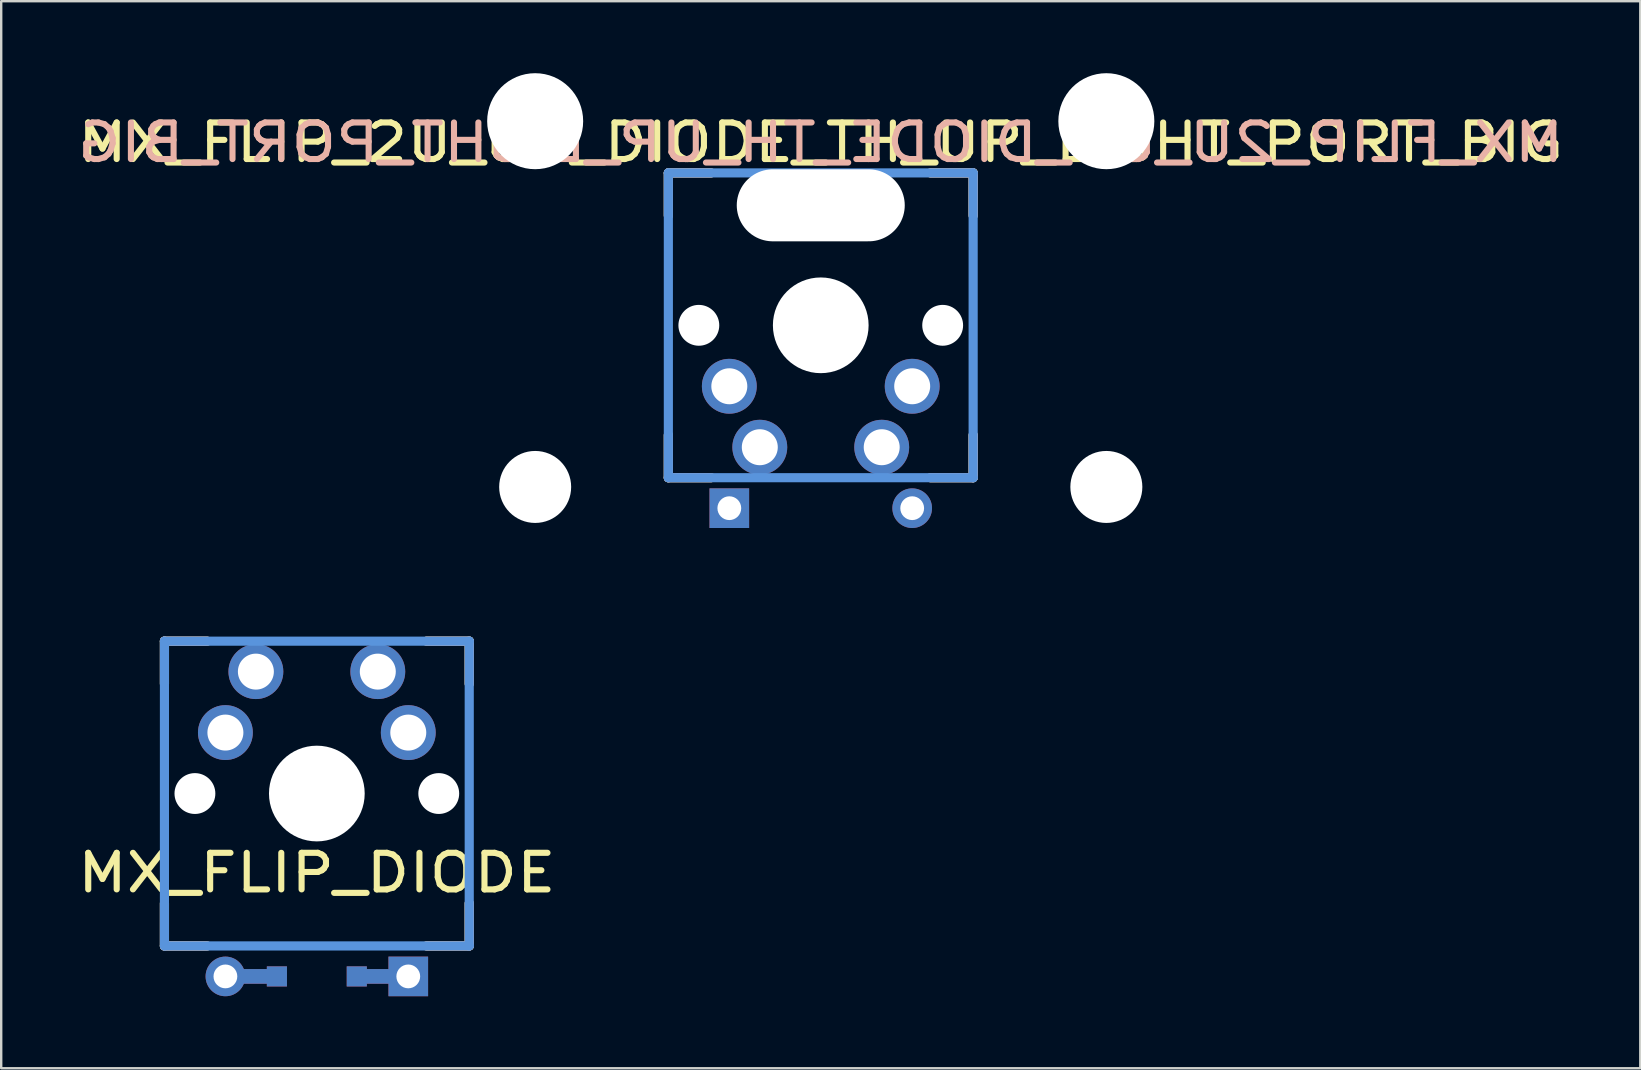
<source format=kicad_pcb>
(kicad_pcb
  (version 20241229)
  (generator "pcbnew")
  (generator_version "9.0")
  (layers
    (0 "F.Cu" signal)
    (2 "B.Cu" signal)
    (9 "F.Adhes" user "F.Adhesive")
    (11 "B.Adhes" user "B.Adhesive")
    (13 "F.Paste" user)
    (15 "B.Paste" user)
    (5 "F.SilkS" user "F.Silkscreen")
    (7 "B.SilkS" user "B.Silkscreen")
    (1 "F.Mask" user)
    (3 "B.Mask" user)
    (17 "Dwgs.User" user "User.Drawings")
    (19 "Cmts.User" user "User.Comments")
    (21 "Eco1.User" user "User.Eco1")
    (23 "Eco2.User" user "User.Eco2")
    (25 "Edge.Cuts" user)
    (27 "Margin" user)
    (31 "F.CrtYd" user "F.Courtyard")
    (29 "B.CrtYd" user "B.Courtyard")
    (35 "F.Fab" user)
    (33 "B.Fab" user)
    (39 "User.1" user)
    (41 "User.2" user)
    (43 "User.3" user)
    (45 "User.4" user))
  (footprint "MX_FLIP_2U_UP_DIODE_TH_UP_LIGHT_PORT_BIG"
    (layer "F.Cu")
    (at 31.149 10.505)
    (property "Reference" "MX_FLIP_2U_UP_DIODE_TH_UP_LIGHT_PORT_BIG" (at 0 -7.62 180) (layer "F.SilkS") (effects (font (size 1.524 1.778) (thickness 0.254))))
    (attr through_hole)
    (fp_line (start -6.35 -4.572) (end -6.35 -6.35) (stroke (width 0.381) (type solid)) (layer "F.SilkS"))
    (fp_line (start -6.35 6.35) (end -6.35 4.572) (stroke (width 0.381) (type solid)) (layer "F.SilkS"))
    (fp_line (start -6.35 -6.35) (end -4.572 -6.35) (stroke (width 0.381) (type solid)) (layer "F.SilkS"))
    (fp_line (start -4.572 6.35) (end -6.35 6.35) (stroke (width 0.381) (type solid)) (layer "F.SilkS"))
    (fp_line (start 4.572 -6.35) (end 6.35 -6.35) (stroke (width 0.381) (type solid)) (layer "F.SilkS"))
    (fp_line (start 6.35 6.35) (end 4.572 6.35) (stroke (width 0.381) (type solid)) (layer "F.SilkS"))
    (fp_line (start 6.35 -6.35) (end 6.35 -4.572) (stroke (width 0.381) (type solid)) (layer "F.SilkS"))
    (fp_line (start 6.35 4.572) (end 6.35 6.35) (stroke (width 0.381) (type solid)) (layer "F.SilkS"))
    (fp_line (start -6.35 -4.572) (end -6.35 -6.35) (stroke (width 0.381) (type solid)) (layer "B.SilkS"))
    (fp_line (start -6.35 6.35) (end -6.35 4.572) (stroke (width 0.381) (type solid)) (layer "B.SilkS"))
    (fp_line (start -6.35 -6.35) (end -4.572 -6.35) (stroke (width 0.381) (type solid)) (layer "B.SilkS"))
    (fp_line (start -4.572 6.35) (end -6.35 6.35) (stroke (width 0.381) (type solid)) (layer "B.SilkS"))
    (fp_line (start 4.572 -6.35) (end 6.35 -6.35) (stroke (width 0.381) (type solid)) (layer "B.SilkS"))
    (fp_line (start 6.35 6.35) (end 4.572 6.35) (stroke (width 0.381) (type solid)) (layer "B.SilkS"))
    (fp_line (start 6.35 -6.35) (end 6.35 -4.572) (stroke (width 0.381) (type solid)) (layer "B.SilkS"))
    (fp_line (start 6.35 4.572) (end 6.35 6.35) (stroke (width 0.381) (type solid)) (layer "B.SilkS"))
    (fp_line (start -6.35 6.35) (end -6.35 -6.35) (stroke (width 0.381) (type solid)) (layer "Cmts.User"))
    (fp_line (start -6.35 -6.35) (end 6.35 -6.35) (stroke (width 0.381) (type solid)) (layer "Cmts.User"))
    (fp_line (start 6.35 6.35) (end -6.35 6.35) (stroke (width 0.381) (type solid)) (layer "Cmts.User"))
    (fp_line (start 6.35 -6.35) (end 6.35 6.35) (stroke (width 0.381) (type solid)) (layer "Cmts.User"))
    (fp_line (start -9.5 9.5) (end -9.5 -9.5) (stroke (width 0.025) (type solid)) (layer "Eco2.User"))
    (fp_line (start -9.5 -9.5) (end 9.5 -9.5) (stroke (width 0.025) (type solid)) (layer "Eco2.User"))
    (fp_line (start -7 -7) (end 7 -7) (stroke (width 0.025) (type solid)) (layer "Eco2.User"))
    (fp_line (start -7 7) (end -7 -7) (stroke (width 0.025) (type solid)) (layer "Eco2.User"))
    (fp_line (start 7 7) (end -7 7) (stroke (width 0.025) (type solid)) (layer "Eco2.User"))
    (fp_line (start 7 7) (end 7 -7) (stroke (width 0.025) (type solid)) (layer "Eco2.User"))
    (fp_line (start 9.5 9.5) (end -9.5 9.5) (stroke (width 0.025) (type solid)) (layer "Eco2.User"))
    (fp_line (start 9.5 -9.5) (end 9.5 9.5) (stroke (width 0.025) (type solid)) (layer "Eco2.User"))
    (fp_text user "${REFERENCE}" (at 0 -7.62 0) (layer "B.SilkS") (effects (font (size 1.524 1.778) (thickness 0.254)) (justify mirror)))
    (pad "" np_thru_hole circle (at -11.9 -8.505) (size 4 4) (drill 4) (layers "*.Cu" "*.Mask"))
    (pad "" np_thru_hole circle (at -11.9 6.735) (size 3 3) (drill 3) (layers "*.Cu" "*.Mask"))
    (pad "" np_thru_hole circle (at -5.08 0 180) (size 1.702 1.702) (drill 1.702) (layers "*.Cu" "*.Mask"))
    (pad "" np_thru_hole oval (at 0 -5 180) (size 7 3) (drill oval 7 3) (layers "*.Cu" "*.Mask"))
    (pad "" np_thru_hole circle (at 0 0 180) (size 3.988 3.988) (drill 3.988) (layers "*.Cu" "*.Mask"))
    (pad "" np_thru_hole circle (at 5.08 0 180) (size 1.702 1.702) (drill 1.702) (layers "*.Cu" "*.Mask"))
    (pad "" np_thru_hole circle (at 11.9 -8.505) (size 4 4) (drill 4) (layers "*.Cu" "*.Mask"))
    (pad "" np_thru_hole circle (at 11.9 6.735) (size 3 3) (drill 3) (layers "*.Cu" "*.Mask"))
    (pad "1" thru_hole circle (at -3.81 2.54 180) (size 2.286 2.286) (drill 1.499) (layers "*.Cu" "*.Mask"))
    (pad "1" thru_hole circle (at -2.54 5.08 180) (size 2.286 2.286) (drill 1.499) (layers "*.Cu" "*.Mask"))
    (pad "2" thru_hole circle (at 2.54 5.08 180) (size 2.286 2.286) (drill 1.499) (layers "*.Cu" "*.Mask"))
    (pad "2" thru_hole circle (at 3.81 2.54 180) (size 2.286 2.286) (drill 1.499) (layers "*.Cu" "*.Mask"))
    (pad "3" thru_hole circle (at 3.81 7.62 180) (size 1.651 1.651) (drill 0.991) (layers "*.Cu" "*.Mask"))
    (pad "4" thru_hole rect (at -3.81 7.62 180) (size 1.651 1.651) (drill 0.991) (layers "*.Cu" "*.Mask")))
  (footprint "MX_FLIP_DIODE"
    (layer "F.Cu")
    (at 10.152 30.015)
    (property "Reference" "MX_FLIP_DIODE" (at 0 3.302 0) (layer "F.SilkS") (effects (font (size 1.524 1.778) (thickness 0.254))))
    (attr through_hole)
    (fp_line (start -3.81 7.62) (end -1.664 7.62) (stroke (width 0.61) (type solid)) (layer "F.Cu"))
    (fp_line (start 1.664 7.62) (end 3.81 7.62) (stroke (width 0.61) (type solid)) (layer "F.Cu"))
    (fp_line (start -3.81 7.62) (end -1.664 7.62) (stroke (width 0.61) (type solid)) (layer "B.Cu"))
    (fp_line (start 1.664 7.62) (end 3.81 7.62) (stroke (width 0.61) (type solid)) (layer "B.Cu"))
    (fp_line (start -6.35 -6.35) (end -4.572 -6.35) (stroke (width 0.381) (type solid)) (layer "F.SilkS"))
    (fp_line (start -6.35 -4.572) (end -6.35 -6.35) (stroke (width 0.381) (type solid)) (layer "F.SilkS"))
    (fp_line (start -6.35 6.35) (end -6.35 4.572) (stroke (width 0.381) (type solid)) (layer "F.SilkS"))
    (fp_line (start -4.572 6.35) (end -6.35 6.35) (stroke (width 0.381) (type solid)) (layer "F.SilkS"))
    (fp_line (start 4.572 -6.35) (end 6.35 -6.35) (stroke (width 0.381) (type solid)) (layer "F.SilkS"))
    (fp_line (start 6.35 -6.35) (end 6.35 -4.572) (stroke (width 0.381) (type solid)) (layer "F.SilkS"))
    (fp_line (start 6.35 4.572) (end 6.35 6.35) (stroke (width 0.381) (type solid)) (layer "F.SilkS"))
    (fp_line (start 6.35 6.35) (end 4.572 6.35) (stroke (width 0.381) (type solid)) (layer "F.SilkS"))
    (fp_line (start -6.35 -6.35) (end -4.572 -6.35) (stroke (width 0.381) (type solid)) (layer "B.SilkS"))
    (fp_line (start -6.35 -4.572) (end -6.35 -6.35) (stroke (width 0.381) (type solid)) (layer "B.SilkS"))
    (fp_line (start -6.35 6.35) (end -6.35 4.572) (stroke (width 0.381) (type solid)) (layer "B.SilkS"))
    (fp_line (start -4.572 6.35) (end -6.35 6.35) (stroke (width 0.381) (type solid)) (layer "B.SilkS"))
    (fp_line (start 4.572 -6.35) (end 6.35 -6.35) (stroke (width 0.381) (type solid)) (layer "B.SilkS"))
    (fp_line (start 6.35 -6.35) (end 6.35 -4.572) (stroke (width 0.381) (type solid)) (layer "B.SilkS"))
    (fp_line (start 6.35 4.572) (end 6.35 6.35) (stroke (width 0.381) (type solid)) (layer "B.SilkS"))
    (fp_line (start 6.35 6.35) (end 4.572 6.35) (stroke (width 0.381) (type solid)) (layer "B.SilkS"))
    (fp_line (start -6.35 -6.35) (end 6.35 -6.35) (stroke (width 0.381) (type solid)) (layer "Cmts.User"))
    (fp_line (start -6.35 6.35) (end -6.35 -6.35) (stroke (width 0.381) (type solid)) (layer "Cmts.User"))
    (fp_line (start 6.35 -6.35) (end 6.35 6.35) (stroke (width 0.381) (type solid)) (layer "Cmts.User"))
    (fp_line (start 6.35 6.35) (end -6.35 6.35) (stroke (width 0.381) (type solid)) (layer "Cmts.User"))
    (fp_line (start -7.798 -6.005) (end -6.985 -6.005) (stroke (width 0.152) (type solid)) (layer "Eco2.User"))
    (fp_line (start -7.798 -2.504) (end -7.798 -6.005) (stroke (width 0.152) (type solid)) (layer "Eco2.User"))
    (fp_line (start -7.798 2.504) (end -6.985 2.504) (stroke (width 0.152) (type solid)) (layer "Eco2.User"))
    (fp_line (start -7.798 6.005) (end -7.798 2.504) (stroke (width 0.152) (type solid)) (layer "Eco2.User"))
    (fp_line (start -6.985 -6.985) (end 6.985 -6.985) (stroke (width 0.025) (type solid)) (layer "Eco2.User"))
    (fp_line (start -6.985 -6.005) (end -6.985 -6.985) (stroke (width 0.025) (type solid)) (layer "Eco2.User"))
    (fp_line (start -6.985 -2.504) (end -7.798 -2.504) (stroke (width 0.152) (type solid)) (layer "Eco2.User"))
    (fp_line (start -6.985 2.504) (end -6.985 -2.504) (stroke (width 0.152) (type solid)) (layer "Eco2.User"))
    (fp_line (start -6.985 6.005) (end -7.798 6.005) (stroke (width 0.152) (type solid)) (layer "Eco2.User"))
    (fp_line (start -6.985 6.985) (end -6.985 6.005) (stroke (width 0.025) (type solid)) (layer "Eco2.User"))
    (fp_line (start 6.985 -6.985) (end 6.985 -6.005) (stroke (width 0.025) (type solid)) (layer "Eco2.User"))
    (fp_line (start 6.985 -6.005) (end 7.798 -6.005) (stroke (width 0.152) (type solid)) (layer "Eco2.User"))
    (fp_line (start 6.985 -2.504) (end 6.985 2.504) (stroke (width 0.152) (type solid)) (layer "Eco2.User"))
    (fp_line (start 6.985 2.504) (end 7.798 2.504) (stroke (width 0.152) (type solid)) (layer "Eco2.User"))
    (fp_line (start 6.985 6.005) (end 6.985 6.985) (stroke (width 0.025) (type solid)) (layer "Eco2.User"))
    (fp_line (start 6.985 6.985) (end -6.985 6.985) (stroke (width 0.025) (type solid)) (layer "Eco2.User"))
    (fp_line (start 7.798 -6.005) (end 7.798 -2.504) (stroke (width 0.152) (type solid)) (layer "Eco2.User"))
    (fp_line (start 7.798 -2.504) (end 6.985 -2.504) (stroke (width 0.152) (type solid)) (layer "Eco2.User"))
    (fp_line (start 7.798 2.504) (end 7.798 6.005) (stroke (width 0.152) (type solid)) (layer "Eco2.User"))
    (fp_line (start 7.798 6.005) (end 6.985 6.005) (stroke (width 0.152) (type solid)) (layer "Eco2.User"))
    (pad "" np_thru_hole circle (at -5.08 0) (size 1.702 1.702) (drill 1.702) (layers "*.Cu" "*.Mask"))
    (pad "" np_thru_hole circle (at 0 0) (size 3.988 3.988) (drill 3.988) (layers "*.Cu" "*.Mask"))
    (pad "" np_thru_hole circle (at 5.08 0) (size 1.702 1.702) (drill 1.702) (layers "*.Cu" "*.Mask"))
    (pad "1" thru_hole circle (at 2.54 -5.08) (size 2.286 2.286) (drill 1.499) (layers "*.Cu" "*.Mask"))
    (pad "1" thru_hole circle (at 3.81 -2.54) (size 2.286 2.286) (drill 1.499) (layers "*.Cu" "*.Mask"))
    (pad "2" thru_hole circle (at -3.81 -2.54) (size 2.286 2.286) (drill 1.499) (layers "*.Cu" "*.Mask"))
    (pad "2" thru_hole circle (at -2.54 -5.08) (size 2.286 2.286) (drill 1.499) (layers "*.Cu" "*.Mask"))
    (pad "3" thru_hole circle (at -3.81 7.62) (size 1.651 1.651) (drill 0.991) (layers "*.Cu" "*.Mask"))
    (pad "4" thru_hole rect (at 3.81 7.62) (size 1.651 1.651) (drill 0.991) (layers "*.Cu" "*.Mask"))
    (pad "99" smd rect (at -1.664 7.62) (size 0.838 0.838) (layers "F.Cu" "F.Mask" "F.Paste"))
    (pad "99" smd rect (at -1.664 7.62) (size 0.838 0.838) (layers "B.Cu" "B.Mask" "B.Paste"))
    (pad "99" smd rect (at 1.664 7.62) (size 0.838 0.838) (layers "F.Cu" "F.Mask" "F.Paste"))
    (pad "99" smd rect (at 1.664 7.62) (size 0.838 0.838) (layers "B.Cu" "B.Mask" "B.Paste")))
  (gr_rect
    (start -3 -3)
    (end 65.298 41.461)
    (stroke (width 0.1) (type default))
    (fill no)
    (layer "Edge.Cuts")))
</source>
